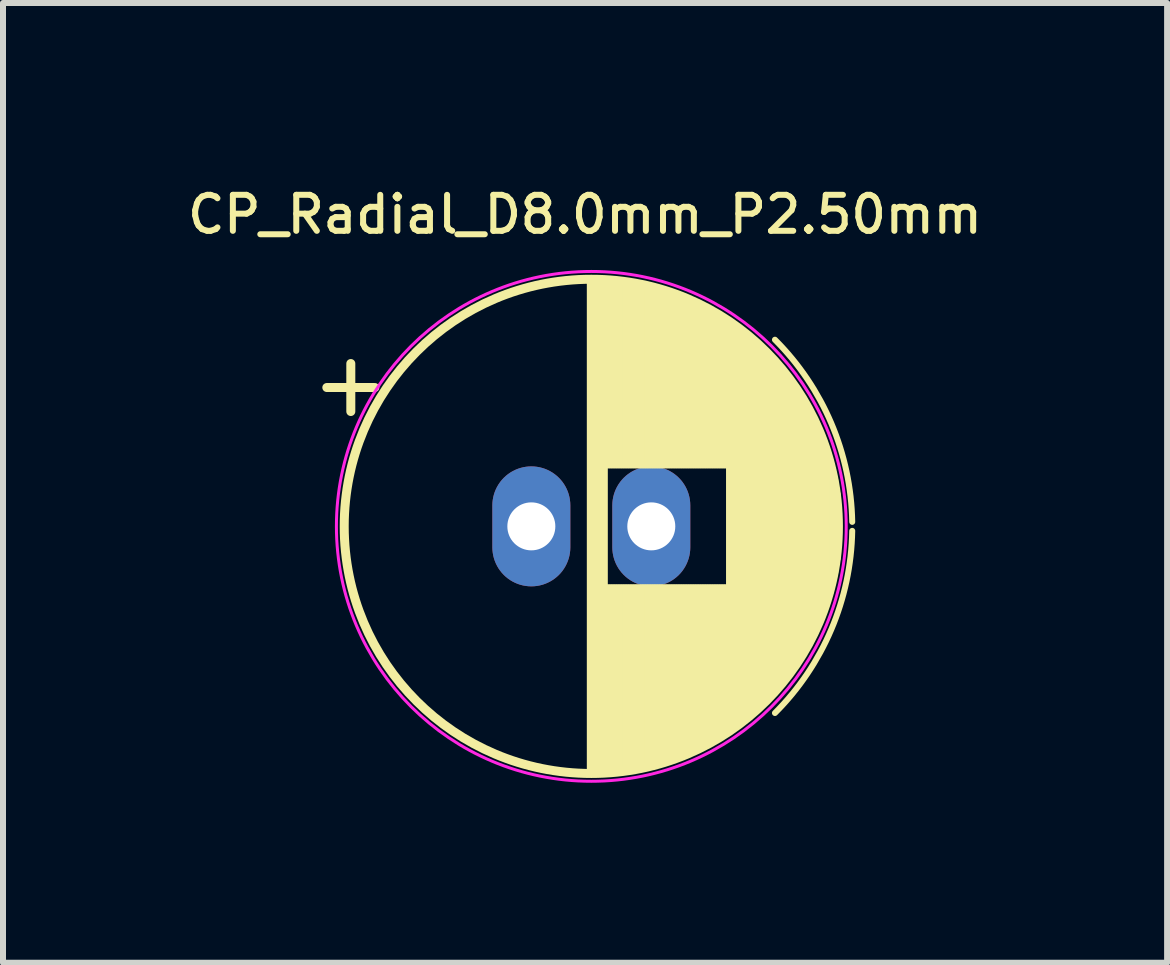
<source format=kicad_pcb>
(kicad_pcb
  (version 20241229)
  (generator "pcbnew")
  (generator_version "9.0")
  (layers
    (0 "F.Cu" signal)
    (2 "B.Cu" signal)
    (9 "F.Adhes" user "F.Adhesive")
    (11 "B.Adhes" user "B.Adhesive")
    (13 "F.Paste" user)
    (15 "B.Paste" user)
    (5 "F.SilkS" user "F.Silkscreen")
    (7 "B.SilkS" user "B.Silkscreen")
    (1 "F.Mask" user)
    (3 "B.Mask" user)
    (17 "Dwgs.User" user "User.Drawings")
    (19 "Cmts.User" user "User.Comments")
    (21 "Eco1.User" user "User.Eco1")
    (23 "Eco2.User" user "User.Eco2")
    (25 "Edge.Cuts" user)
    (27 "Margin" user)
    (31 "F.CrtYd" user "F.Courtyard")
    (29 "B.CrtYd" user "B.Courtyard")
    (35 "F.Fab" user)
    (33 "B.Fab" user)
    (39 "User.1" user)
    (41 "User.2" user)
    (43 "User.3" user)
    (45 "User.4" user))
  (footprint "CP_Radial_D8.0mm_P2.50mm"
    (layer "F.Cu")
    (at 5.559 5.726)
    (property "Reference" "CP_Radial_D8.0mm_P2.50mm" (at 1.145 -5.2 180) (layer "F.SilkS") (effects (font (size 0.6 0.6) (thickness 0.1))))
    (attr through_hole)
    (fp_line (start -3.16 -2.315) (end -2.36 -2.315) (stroke (width 0.15) (type solid)) (layer "F.SilkS"))
    (fp_line (start -2.76 -2.715) (end -2.76 -1.915) (stroke (width 0.15) (type solid)) (layer "F.SilkS"))
    (fp_line (start 1.25 -4.08) (end 1.25 4.08) (stroke (width 0.15) (type solid)) (layer "F.SilkS"))
    (fp_line (start 1.29 -4.08) (end 1.29 4.08) (stroke (width 0.15) (type solid)) (layer "F.SilkS"))
    (fp_line (start 1.33 -4.08) (end 1.33 4.08) (stroke (width 0.15) (type solid)) (layer "F.SilkS"))
    (fp_line (start 1.37 -4.079) (end 1.37 4.079) (stroke (width 0.15) (type solid)) (layer "F.SilkS"))
    (fp_line (start 1.41 -4.077) (end 1.41 4.077) (stroke (width 0.15) (type solid)) (layer "F.SilkS"))
    (fp_line (start 1.45 -4.076) (end 1.45 4.076) (stroke (width 0.15) (type solid)) (layer "F.SilkS"))
    (fp_line (start 1.49 -4.074) (end 1.49 -1.04) (stroke (width 0.15) (type solid)) (layer "F.SilkS"))
    (fp_line (start 1.49 1.04) (end 1.49 4.074) (stroke (width 0.15) (type solid)) (layer "F.SilkS"))
    (fp_line (start 1.53 -4.071) (end 1.53 -1.04) (stroke (width 0.15) (type solid)) (layer "F.SilkS"))
    (fp_line (start 1.53 1.04) (end 1.53 4.071) (stroke (width 0.15) (type solid)) (layer "F.SilkS"))
    (fp_line (start 1.57 -4.068) (end 1.57 -1.04) (stroke (width 0.15) (type solid)) (layer "F.SilkS"))
    (fp_line (start 1.57 1.04) (end 1.57 4.068) (stroke (width 0.15) (type solid)) (layer "F.SilkS"))
    (fp_line (start 1.61 -4.065) (end 1.61 -1.04) (stroke (width 0.15) (type solid)) (layer "F.SilkS"))
    (fp_line (start 1.61 1.04) (end 1.61 4.065) (stroke (width 0.15) (type solid)) (layer "F.SilkS"))
    (fp_line (start 1.65 -4.061) (end 1.65 -1.04) (stroke (width 0.15) (type solid)) (layer "F.SilkS"))
    (fp_line (start 1.65 1.04) (end 1.65 4.061) (stroke (width 0.15) (type solid)) (layer "F.SilkS"))
    (fp_line (start 1.69 -4.057) (end 1.69 -1.04) (stroke (width 0.15) (type solid)) (layer "F.SilkS"))
    (fp_line (start 1.69 1.04) (end 1.69 4.057) (stroke (width 0.15) (type solid)) (layer "F.SilkS"))
    (fp_line (start 1.73 -4.052) (end 1.73 -1.04) (stroke (width 0.15) (type solid)) (layer "F.SilkS"))
    (fp_line (start 1.73 1.04) (end 1.73 4.052) (stroke (width 0.15) (type solid)) (layer "F.SilkS"))
    (fp_line (start 1.77 -4.048) (end 1.77 -1.04) (stroke (width 0.15) (type solid)) (layer "F.SilkS"))
    (fp_line (start 1.77 1.04) (end 1.77 4.048) (stroke (width 0.15) (type solid)) (layer "F.SilkS"))
    (fp_line (start 1.81 -4.042) (end 1.81 -1.04) (stroke (width 0.15) (type solid)) (layer "F.SilkS"))
    (fp_line (start 1.81 1.04) (end 1.81 4.042) (stroke (width 0.15) (type solid)) (layer "F.SilkS"))
    (fp_line (start 1.85 -4.037) (end 1.85 -1.04) (stroke (width 0.15) (type solid)) (layer "F.SilkS"))
    (fp_line (start 1.85 1.04) (end 1.85 4.037) (stroke (width 0.15) (type solid)) (layer "F.SilkS"))
    (fp_line (start 1.89 -4.03) (end 1.89 -1.04) (stroke (width 0.15) (type solid)) (layer "F.SilkS"))
    (fp_line (start 1.89 1.04) (end 1.89 4.03) (stroke (width 0.15) (type solid)) (layer "F.SilkS"))
    (fp_line (start 1.93 -4.024) (end 1.93 -1.04) (stroke (width 0.15) (type solid)) (layer "F.SilkS"))
    (fp_line (start 1.93 1.04) (end 1.93 4.024) (stroke (width 0.15) (type solid)) (layer "F.SilkS"))
    (fp_line (start 1.971 -4.017) (end 1.971 -1.04) (stroke (width 0.15) (type solid)) (layer "F.SilkS"))
    (fp_line (start 1.971 1.04) (end 1.971 4.017) (stroke (width 0.15) (type solid)) (layer "F.SilkS"))
    (fp_line (start 2.011 -4.01) (end 2.011 -1.04) (stroke (width 0.15) (type solid)) (layer "F.SilkS"))
    (fp_line (start 2.011 1.04) (end 2.011 4.01) (stroke (width 0.15) (type solid)) (layer "F.SilkS"))
    (fp_line (start 2.051 -4.002) (end 2.051 -1.04) (stroke (width 0.15) (type solid)) (layer "F.SilkS"))
    (fp_line (start 2.051 1.04) (end 2.051 4.002) (stroke (width 0.15) (type solid)) (layer "F.SilkS"))
    (fp_line (start 2.091 -3.994) (end 2.091 -1.04) (stroke (width 0.15) (type solid)) (layer "F.SilkS"))
    (fp_line (start 2.091 1.04) (end 2.091 3.994) (stroke (width 0.15) (type solid)) (layer "F.SilkS"))
    (fp_line (start 2.131 -3.985) (end 2.131 -1.04) (stroke (width 0.15) (type solid)) (layer "F.SilkS"))
    (fp_line (start 2.131 1.04) (end 2.131 3.985) (stroke (width 0.15) (type solid)) (layer "F.SilkS"))
    (fp_line (start 2.171 -3.976) (end 2.171 -1.04) (stroke (width 0.15) (type solid)) (layer "F.SilkS"))
    (fp_line (start 2.171 1.04) (end 2.171 3.976) (stroke (width 0.15) (type solid)) (layer "F.SilkS"))
    (fp_line (start 2.211 -3.967) (end 2.211 -1.04) (stroke (width 0.15) (type solid)) (layer "F.SilkS"))
    (fp_line (start 2.211 1.04) (end 2.211 3.967) (stroke (width 0.15) (type solid)) (layer "F.SilkS"))
    (fp_line (start 2.251 -3.957) (end 2.251 -1.04) (stroke (width 0.15) (type solid)) (layer "F.SilkS"))
    (fp_line (start 2.251 1.04) (end 2.251 3.957) (stroke (width 0.15) (type solid)) (layer "F.SilkS"))
    (fp_line (start 2.291 -3.947) (end 2.291 -1.04) (stroke (width 0.15) (type solid)) (layer "F.SilkS"))
    (fp_line (start 2.291 1.04) (end 2.291 3.947) (stroke (width 0.15) (type solid)) (layer "F.SilkS"))
    (fp_line (start 2.331 -3.936) (end 2.331 -1.04) (stroke (width 0.15) (type solid)) (layer "F.SilkS"))
    (fp_line (start 2.331 1.04) (end 2.331 3.936) (stroke (width 0.15) (type solid)) (layer "F.SilkS"))
    (fp_line (start 2.371 -3.925) (end 2.371 -1.04) (stroke (width 0.15) (type solid)) (layer "F.SilkS"))
    (fp_line (start 2.371 1.04) (end 2.371 3.925) (stroke (width 0.15) (type solid)) (layer "F.SilkS"))
    (fp_line (start 2.411 -3.914) (end 2.411 -1.04) (stroke (width 0.15) (type solid)) (layer "F.SilkS"))
    (fp_line (start 2.411 1.04) (end 2.411 3.914) (stroke (width 0.15) (type solid)) (layer "F.SilkS"))
    (fp_line (start 2.451 -3.902) (end 2.451 -1.04) (stroke (width 0.15) (type solid)) (layer "F.SilkS"))
    (fp_line (start 2.451 1.04) (end 2.451 3.902) (stroke (width 0.15) (type solid)) (layer "F.SilkS"))
    (fp_line (start 2.491 -3.889) (end 2.491 -1.04) (stroke (width 0.15) (type solid)) (layer "F.SilkS"))
    (fp_line (start 2.491 1.04) (end 2.491 3.889) (stroke (width 0.15) (type solid)) (layer "F.SilkS"))
    (fp_line (start 2.531 -3.877) (end 2.531 -1.04) (stroke (width 0.15) (type solid)) (layer "F.SilkS"))
    (fp_line (start 2.531 1.04) (end 2.531 3.877) (stroke (width 0.15) (type solid)) (layer "F.SilkS"))
    (fp_line (start 2.571 -3.863) (end 2.571 -1.04) (stroke (width 0.15) (type solid)) (layer "F.SilkS"))
    (fp_line (start 2.571 1.04) (end 2.571 3.863) (stroke (width 0.15) (type solid)) (layer "F.SilkS"))
    (fp_line (start 2.611 -3.85) (end 2.611 -1.04) (stroke (width 0.15) (type solid)) (layer "F.SilkS"))
    (fp_line (start 2.611 1.04) (end 2.611 3.85) (stroke (width 0.15) (type solid)) (layer "F.SilkS"))
    (fp_line (start 2.651 -3.835) (end 2.651 -1.04) (stroke (width 0.15) (type solid)) (layer "F.SilkS"))
    (fp_line (start 2.651 1.04) (end 2.651 3.835) (stroke (width 0.15) (type solid)) (layer "F.SilkS"))
    (fp_line (start 2.691 -3.821) (end 2.691 -1.04) (stroke (width 0.15) (type solid)) (layer "F.SilkS"))
    (fp_line (start 2.691 1.04) (end 2.691 3.821) (stroke (width 0.15) (type solid)) (layer "F.SilkS"))
    (fp_line (start 2.731 -3.805) (end 2.731 -1.04) (stroke (width 0.15) (type solid)) (layer "F.SilkS"))
    (fp_line (start 2.731 1.04) (end 2.731 3.805) (stroke (width 0.15) (type solid)) (layer "F.SilkS"))
    (fp_line (start 2.771 -3.79) (end 2.771 -1.04) (stroke (width 0.15) (type solid)) (layer "F.SilkS"))
    (fp_line (start 2.771 1.04) (end 2.771 3.79) (stroke (width 0.15) (type solid)) (layer "F.SilkS"))
    (fp_line (start 2.811 -3.774) (end 2.811 -1.04) (stroke (width 0.15) (type solid)) (layer "F.SilkS"))
    (fp_line (start 2.811 1.04) (end 2.811 3.774) (stroke (width 0.15) (type solid)) (layer "F.SilkS"))
    (fp_line (start 2.851 -3.757) (end 2.851 -1.04) (stroke (width 0.15) (type solid)) (layer "F.SilkS"))
    (fp_line (start 2.851 1.04) (end 2.851 3.757) (stroke (width 0.15) (type solid)) (layer "F.SilkS"))
    (fp_line (start 2.891 -3.74) (end 2.891 -1.04) (stroke (width 0.15) (type solid)) (layer "F.SilkS"))
    (fp_line (start 2.891 1.04) (end 2.891 3.74) (stroke (width 0.15) (type solid)) (layer "F.SilkS"))
    (fp_line (start 2.931 -3.722) (end 2.931 -1.04) (stroke (width 0.15) (type solid)) (layer "F.SilkS"))
    (fp_line (start 2.931 1.04) (end 2.931 3.722) (stroke (width 0.15) (type solid)) (layer "F.SilkS"))
    (fp_line (start 2.971 -3.704) (end 2.971 -1.04) (stroke (width 0.15) (type solid)) (layer "F.SilkS"))
    (fp_line (start 2.971 1.04) (end 2.971 3.704) (stroke (width 0.15) (type solid)) (layer "F.SilkS"))
    (fp_line (start 3.011 -3.686) (end 3.011 -1.04) (stroke (width 0.15) (type solid)) (layer "F.SilkS"))
    (fp_line (start 3.011 1.04) (end 3.011 3.686) (stroke (width 0.15) (type solid)) (layer "F.SilkS"))
    (fp_line (start 3.051 -3.666) (end 3.051 -1.04) (stroke (width 0.15) (type solid)) (layer "F.SilkS"))
    (fp_line (start 3.051 1.04) (end 3.051 3.666) (stroke (width 0.15) (type solid)) (layer "F.SilkS"))
    (fp_line (start 3.091 -3.647) (end 3.091 -1.04) (stroke (width 0.15) (type solid)) (layer "F.SilkS"))
    (fp_line (start 3.091 1.04) (end 3.091 3.647) (stroke (width 0.15) (type solid)) (layer "F.SilkS"))
    (fp_line (start 3.131 -3.627) (end 3.131 -1.04) (stroke (width 0.15) (type solid)) (layer "F.SilkS"))
    (fp_line (start 3.131 1.04) (end 3.131 3.627) (stroke (width 0.15) (type solid)) (layer "F.SilkS"))
    (fp_line (start 3.171 -3.606) (end 3.171 -1.04) (stroke (width 0.15) (type solid)) (layer "F.SilkS"))
    (fp_line (start 3.171 1.04) (end 3.171 3.606) (stroke (width 0.15) (type solid)) (layer "F.SilkS"))
    (fp_line (start 3.211 -3.584) (end 3.211 -1.04) (stroke (width 0.15) (type solid)) (layer "F.SilkS"))
    (fp_line (start 3.211 1.04) (end 3.211 3.584) (stroke (width 0.15) (type solid)) (layer "F.SilkS"))
    (fp_line (start 3.251 -3.562) (end 3.251 -1.04) (stroke (width 0.15) (type solid)) (layer "F.SilkS"))
    (fp_line (start 3.251 1.04) (end 3.251 3.562) (stroke (width 0.15) (type solid)) (layer "F.SilkS"))
    (fp_line (start 3.291 -3.54) (end 3.291 -1.04) (stroke (width 0.15) (type solid)) (layer "F.SilkS"))
    (fp_line (start 3.291 1.04) (end 3.291 3.54) (stroke (width 0.15) (type solid)) (layer "F.SilkS"))
    (fp_line (start 3.331 -3.517) (end 3.331 -1.04) (stroke (width 0.15) (type solid)) (layer "F.SilkS"))
    (fp_line (start 3.331 1.04) (end 3.331 3.517) (stroke (width 0.15) (type solid)) (layer "F.SilkS"))
    (fp_line (start 3.371 -3.493) (end 3.371 -1.04) (stroke (width 0.15) (type solid)) (layer "F.SilkS"))
    (fp_line (start 3.371 1.04) (end 3.371 3.493) (stroke (width 0.15) (type solid)) (layer "F.SilkS"))
    (fp_line (start 3.411 -3.469) (end 3.411 -1.04) (stroke (width 0.15) (type solid)) (layer "F.SilkS"))
    (fp_line (start 3.411 1.04) (end 3.411 3.469) (stroke (width 0.15) (type solid)) (layer "F.SilkS"))
    (fp_line (start 3.451 -3.444) (end 3.451 -1.04) (stroke (width 0.15) (type solid)) (layer "F.SilkS"))
    (fp_line (start 3.451 1.04) (end 3.451 3.444) (stroke (width 0.15) (type solid)) (layer "F.SilkS"))
    (fp_line (start 3.491 -3.418) (end 3.491 -1.04) (stroke (width 0.15) (type solid)) (layer "F.SilkS"))
    (fp_line (start 3.491 1.04) (end 3.491 3.418) (stroke (width 0.15) (type solid)) (layer "F.SilkS"))
    (fp_line (start 3.531 -3.392) (end 3.531 -1.04) (stroke (width 0.15) (type solid)) (layer "F.SilkS"))
    (fp_line (start 3.531 1.04) (end 3.531 3.392) (stroke (width 0.15) (type solid)) (layer "F.SilkS"))
    (fp_line (start 3.571 -3.365) (end 3.571 3.365) (stroke (width 0.15) (type solid)) (layer "F.SilkS"))
    (fp_line (start 3.611 -3.338) (end 3.611 3.338) (stroke (width 0.15) (type solid)) (layer "F.SilkS"))
    (fp_line (start 3.651 -3.309) (end 3.651 3.309) (stroke (width 0.15) (type solid)) (layer "F.SilkS"))
    (fp_line (start 3.691 -3.28) (end 3.691 3.28) (stroke (width 0.15) (type solid)) (layer "F.SilkS"))
    (fp_line (start 3.731 -3.25) (end 3.731 3.25) (stroke (width 0.15) (type solid)) (layer "F.SilkS"))
    (fp_line (start 3.771 -3.22) (end 3.771 3.22) (stroke (width 0.15) (type solid)) (layer "F.SilkS"))
    (fp_line (start 3.811 -3.189) (end 3.811 3.189) (stroke (width 0.15) (type solid)) (layer "F.SilkS"))
    (fp_line (start 3.851 -3.156) (end 3.851 3.156) (stroke (width 0.15) (type solid)) (layer "F.SilkS"))
    (fp_line (start 3.891 -3.124) (end 3.891 3.124) (stroke (width 0.15) (type solid)) (layer "F.SilkS"))
    (fp_line (start 3.931 -3.09) (end 3.931 3.09) (stroke (width 0.15) (type solid)) (layer "F.SilkS"))
    (fp_line (start 3.971 -3.055) (end 3.971 3.055) (stroke (width 0.15) (type solid)) (layer "F.SilkS"))
    (fp_line (start 4.011 -3.019) (end 4.011 3.019) (stroke (width 0.15) (type solid)) (layer "F.SilkS"))
    (fp_line (start 4.051 -2.983) (end 4.051 2.983) (stroke (width 0.15) (type solid)) (layer "F.SilkS"))
    (fp_line (start 4.091 -2.945) (end 4.091 2.945) (stroke (width 0.15) (type solid)) (layer "F.SilkS"))
    (fp_line (start 4.131 -2.907) (end 4.131 2.907) (stroke (width 0.15) (type solid)) (layer "F.SilkS"))
    (fp_line (start 4.171 -2.867) (end 4.171 2.867) (stroke (width 0.15) (type solid)) (layer "F.SilkS"))
    (fp_line (start 4.211 -2.826) (end 4.211 2.826) (stroke (width 0.15) (type solid)) (layer "F.SilkS"))
    (fp_line (start 4.251 -2.784) (end 4.251 2.784) (stroke (width 0.15) (type solid)) (layer "F.SilkS"))
    (fp_line (start 4.291 -2.741) (end 4.291 2.741) (stroke (width 0.15) (type solid)) (layer "F.SilkS"))
    (fp_line (start 4.331 -2.697) (end 4.331 2.697) (stroke (width 0.15) (type solid)) (layer "F.SilkS"))
    (fp_line (start 4.371 -2.651) (end 4.371 2.651) (stroke (width 0.15) (type solid)) (layer "F.SilkS"))
    (fp_line (start 4.411 -2.604) (end 4.411 2.604) (stroke (width 0.15) (type solid)) (layer "F.SilkS"))
    (fp_line (start 4.451 -2.556) (end 4.451 2.556) (stroke (width 0.15) (type solid)) (layer "F.SilkS"))
    (fp_line (start 4.491 -2.505) (end 4.491 2.505) (stroke (width 0.15) (type solid)) (layer "F.SilkS"))
    (fp_line (start 4.531 -2.454) (end 4.531 2.454) (stroke (width 0.15) (type solid)) (layer "F.SilkS"))
    (fp_line (start 4.571 -2.4) (end 4.571 2.4) (stroke (width 0.15) (type solid)) (layer "F.SilkS"))
    (fp_line (start 4.611 -2.345) (end 4.611 2.345) (stroke (width 0.15) (type solid)) (layer "F.SilkS"))
    (fp_line (start 4.651 -2.287) (end 4.651 2.287) (stroke (width 0.15) (type solid)) (layer "F.SilkS"))
    (fp_line (start 4.691 -2.228) (end 4.691 2.228) (stroke (width 0.15) (type solid)) (layer "F.SilkS"))
    (fp_line (start 4.731 -2.166) (end 4.731 2.166) (stroke (width 0.15) (type solid)) (layer "F.SilkS"))
    (fp_line (start 4.771 -2.102) (end 4.771 2.102) (stroke (width 0.15) (type solid)) (layer "F.SilkS"))
    (fp_line (start 4.811 -2.034) (end 4.811 2.034) (stroke (width 0.15) (type solid)) (layer "F.SilkS"))
    (fp_line (start 4.851 -1.964) (end 4.851 1.964) (stroke (width 0.15) (type solid)) (layer "F.SilkS"))
    (fp_line (start 4.891 -1.89) (end 4.891 1.89) (stroke (width 0.15) (type solid)) (layer "F.SilkS"))
    (fp_line (start 4.931 -1.813) (end 4.931 1.813) (stroke (width 0.15) (type solid)) (layer "F.SilkS"))
    (fp_line (start 4.971 -1.731) (end 4.971 1.731) (stroke (width 0.15) (type solid)) (layer "F.SilkS"))
    (fp_line (start 5.011 -1.645) (end 5.011 1.645) (stroke (width 0.15) (type solid)) (layer "F.SilkS"))
    (fp_line (start 5.051 -1.552) (end 5.051 1.552) (stroke (width 0.15) (type solid)) (layer "F.SilkS"))
    (fp_line (start 5.091 -1.453) (end 5.091 1.453) (stroke (width 0.15) (type solid)) (layer "F.SilkS"))
    (fp_line (start 5.131 -1.346) (end 5.131 1.346) (stroke (width 0.15) (type solid)) (layer "F.SilkS"))
    (fp_line (start 5.171 -1.229) (end 5.171 1.229) (stroke (width 0.15) (type solid)) (layer "F.SilkS"))
    (fp_line (start 5.211 -1.098) (end 5.211 1.098) (stroke (width 0.15) (type solid)) (layer "F.SilkS"))
    (fp_line (start 5.251 -0.948) (end 5.251 0.948) (stroke (width 0.15) (type solid)) (layer "F.SilkS"))
    (fp_line (start 5.291 -0.768) (end 5.291 0.768) (stroke (width 0.15) (type solid)) (layer "F.SilkS"))
    (fp_line (start 5.331 -0.533) (end 5.331 0.533) (stroke (width 0.15) (type solid)) (layer "F.SilkS"))
    (fp_arc (start 4.311722 -3.111722) (mid 5.251162 -1.718637) (end 5.6 -0.075) (stroke (width 0.1) (type solid)) (layer "F.SilkS"))
    (fp_arc (start 5.6 0.075) (mid 5.251162 1.718637) (end 4.311722 3.111722) (stroke (width 0.1) (type solid)) (layer "F.SilkS"))
    (fp_circle (center 1.25 0) (end 5.37 0) (stroke (width 0.15) (type solid)) (fill no) (layer "F.SilkS"))
    (fp_circle (center 1.25 0) (end 5.5 0) (stroke (width 0.05) (type solid)) (fill no) (layer "F.CrtYd"))
    (pad "1" thru_hole oval (at 0.25 0) (size 1.3 2) (drill 0.8) (layers "*.Cu" "*.Mask"))
    (pad "2" thru_hole oval (at 2.25 0) (size 1.3 2) (drill 0.8) (layers "*.Cu" "*.Mask")))
  (gr_rect
    (start -3 -3)
    (end 16.409 13.002)
    (stroke (width 0.1) (type default))
    (fill no)
    (layer "Edge.Cuts")))
</source>
